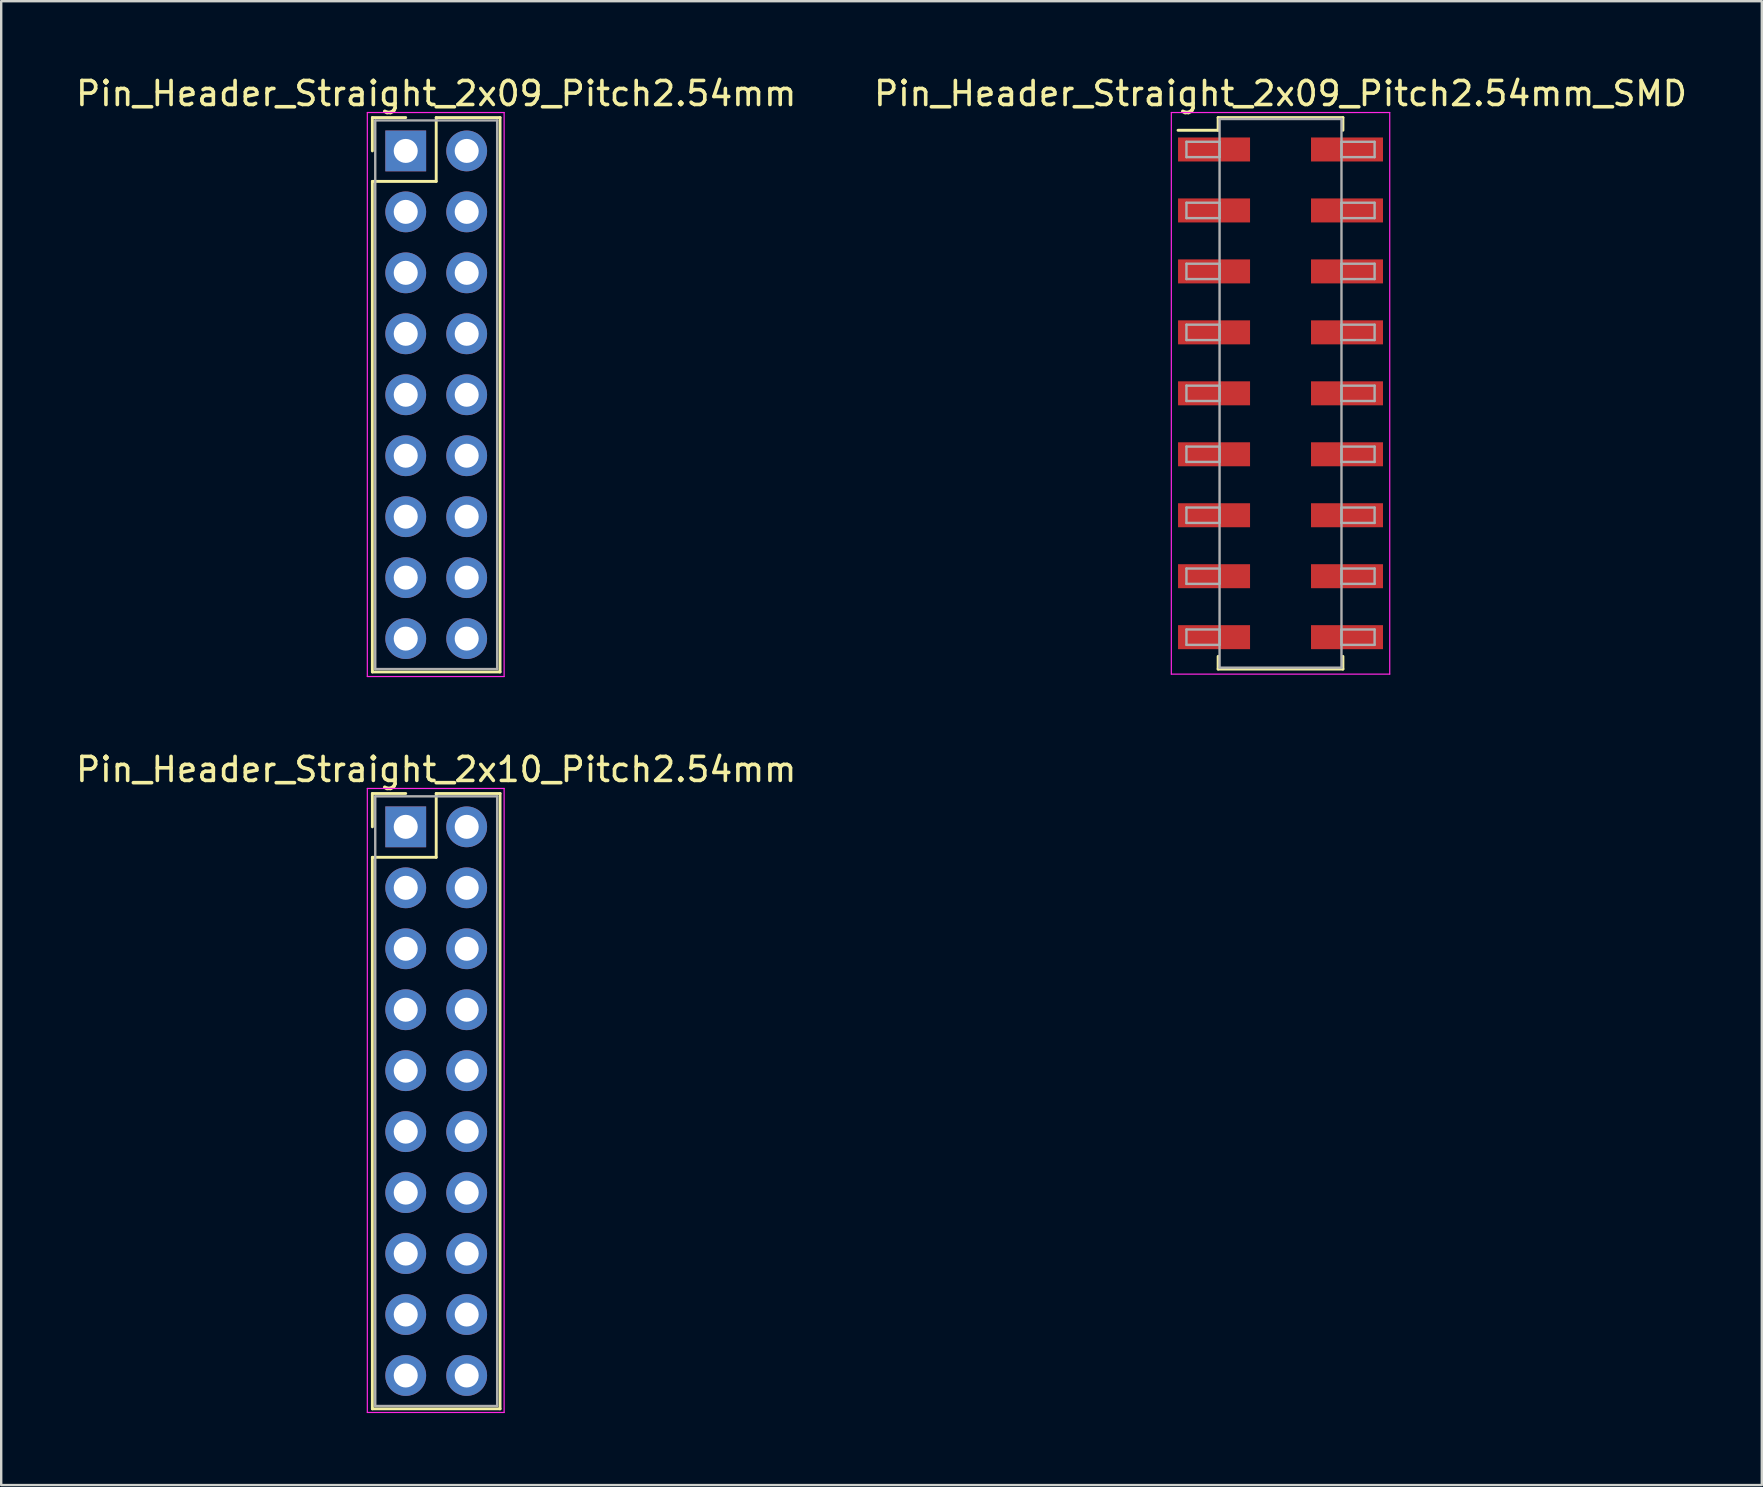
<source format=kicad_pcb>
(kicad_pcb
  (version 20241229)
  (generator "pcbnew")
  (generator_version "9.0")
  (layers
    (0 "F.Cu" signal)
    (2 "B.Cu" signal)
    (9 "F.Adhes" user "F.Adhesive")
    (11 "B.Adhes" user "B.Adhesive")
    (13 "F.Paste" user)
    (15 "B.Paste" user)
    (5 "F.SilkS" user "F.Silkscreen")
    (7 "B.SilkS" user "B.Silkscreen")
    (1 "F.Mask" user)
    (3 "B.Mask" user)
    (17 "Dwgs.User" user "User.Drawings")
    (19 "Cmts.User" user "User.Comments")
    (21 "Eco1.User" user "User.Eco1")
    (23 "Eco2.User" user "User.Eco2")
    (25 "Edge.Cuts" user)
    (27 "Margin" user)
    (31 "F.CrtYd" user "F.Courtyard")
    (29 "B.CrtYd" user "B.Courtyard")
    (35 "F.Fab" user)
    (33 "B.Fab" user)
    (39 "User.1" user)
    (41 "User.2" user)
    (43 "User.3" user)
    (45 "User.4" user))
  (footprint "Pin_Header_Straight_2x09_Pitch2.54mm_SMD"
    (layer "F.Cu")
    (at 50.304 13.338)
    (property "Reference" "Pin_Header_Straight_2x09_Pitch2.54mm_SMD" (at 0 -12.49 0) (layer "F.SilkS") (effects (font (size 1 1) (thickness 0.15))))
    (attr smd)
    (fp_line (start -4.27 -10.96) (end -2.6 -10.96) (stroke (width 0.12) (type solid)) (layer "F.SilkS"))
    (fp_line (start -2.6 -11.49) (end 2.6 -11.49) (stroke (width 0.12) (type solid)) (layer "F.SilkS"))
    (fp_line (start -2.6 -10.96) (end -2.6 -11.49) (stroke (width 0.12) (type solid)) (layer "F.SilkS"))
    (fp_line (start -2.6 10.96) (end -2.6 11.49) (stroke (width 0.12) (type solid)) (layer "F.SilkS"))
    (fp_line (start -2.6 11.49) (end 2.6 11.49) (stroke (width 0.12) (type solid)) (layer "F.SilkS"))
    (fp_line (start 2.6 -11.49) (end 2.6 -10.96) (stroke (width 0.12) (type solid)) (layer "F.SilkS"))
    (fp_line (start 2.6 11.49) (end 2.6 10.96) (stroke (width 0.12) (type solid)) (layer "F.SilkS"))
    (fp_line (start -4.55 -11.7) (end -4.55 11.7) (stroke (width 0.05) (type solid)) (layer "F.CrtYd"))
    (fp_line (start -4.55 11.7) (end 4.55 11.7) (stroke (width 0.05) (type solid)) (layer "F.CrtYd"))
    (fp_line (start 4.55 -11.7) (end -4.55 -11.7) (stroke (width 0.05) (type solid)) (layer "F.CrtYd"))
    (fp_line (start 4.55 11.7) (end 4.55 -11.7) (stroke (width 0.05) (type solid)) (layer "F.CrtYd"))
    (fp_line (start -3.92 -10.48) (end -2.54 -10.48) (stroke (width 0.1) (type solid)) (layer "F.Fab"))
    (fp_line (start -3.92 -9.84) (end -3.92 -10.48) (stroke (width 0.1) (type solid)) (layer "F.Fab"))
    (fp_line (start -3.92 -7.94) (end -2.54 -7.94) (stroke (width 0.1) (type solid)) (layer "F.Fab"))
    (fp_line (start -3.92 -7.3) (end -3.92 -7.94) (stroke (width 0.1) (type solid)) (layer "F.Fab"))
    (fp_line (start -3.92 -5.4) (end -2.54 -5.4) (stroke (width 0.1) (type solid)) (layer "F.Fab"))
    (fp_line (start -3.92 -4.76) (end -3.92 -5.4) (stroke (width 0.1) (type solid)) (layer "F.Fab"))
    (fp_line (start -3.92 -2.86) (end -2.54 -2.86) (stroke (width 0.1) (type solid)) (layer "F.Fab"))
    (fp_line (start -3.92 -2.22) (end -3.92 -2.86) (stroke (width 0.1) (type solid)) (layer "F.Fab"))
    (fp_line (start -3.92 -0.32) (end -2.54 -0.32) (stroke (width 0.1) (type solid)) (layer "F.Fab"))
    (fp_line (start -3.92 0.32) (end -3.92 -0.32) (stroke (width 0.1) (type solid)) (layer "F.Fab"))
    (fp_line (start -3.92 2.22) (end -2.54 2.22) (stroke (width 0.1) (type solid)) (layer "F.Fab"))
    (fp_line (start -3.92 2.86) (end -3.92 2.22) (stroke (width 0.1) (type solid)) (layer "F.Fab"))
    (fp_line (start -3.92 4.76) (end -2.54 4.76) (stroke (width 0.1) (type solid)) (layer "F.Fab"))
    (fp_line (start -3.92 5.4) (end -3.92 4.76) (stroke (width 0.1) (type solid)) (layer "F.Fab"))
    (fp_line (start -3.92 7.3) (end -2.54 7.3) (stroke (width 0.1) (type solid)) (layer "F.Fab"))
    (fp_line (start -3.92 7.94) (end -3.92 7.3) (stroke (width 0.1) (type solid)) (layer "F.Fab"))
    (fp_line (start -3.92 9.84) (end -2.54 9.84) (stroke (width 0.1) (type solid)) (layer "F.Fab"))
    (fp_line (start -3.92 10.48) (end -3.92 9.84) (stroke (width 0.1) (type solid)) (layer "F.Fab"))
    (fp_line (start -2.54 -11.43) (end -2.54 11.43) (stroke (width 0.1) (type solid)) (layer "F.Fab"))
    (fp_line (start -2.54 -10.48) (end -2.54 -9.84) (stroke (width 0.1) (type solid)) (layer "F.Fab"))
    (fp_line (start -2.54 -9.84) (end -3.92 -9.84) (stroke (width 0.1) (type solid)) (layer "F.Fab"))
    (fp_line (start -2.54 -7.94) (end -2.54 -7.3) (stroke (width 0.1) (type solid)) (layer "F.Fab"))
    (fp_line (start -2.54 -7.3) (end -3.92 -7.3) (stroke (width 0.1) (type solid)) (layer "F.Fab"))
    (fp_line (start -2.54 -5.4) (end -2.54 -4.76) (stroke (width 0.1) (type solid)) (layer "F.Fab"))
    (fp_line (start -2.54 -4.76) (end -3.92 -4.76) (stroke (width 0.1) (type solid)) (layer "F.Fab"))
    (fp_line (start -2.54 -2.86) (end -2.54 -2.22) (stroke (width 0.1) (type solid)) (layer "F.Fab"))
    (fp_line (start -2.54 -2.22) (end -3.92 -2.22) (stroke (width 0.1) (type solid)) (layer "F.Fab"))
    (fp_line (start -2.54 -0.32) (end -2.54 0.32) (stroke (width 0.1) (type solid)) (layer "F.Fab"))
    (fp_line (start -2.54 0.32) (end -3.92 0.32) (stroke (width 0.1) (type solid)) (layer "F.Fab"))
    (fp_line (start -2.54 2.22) (end -2.54 2.86) (stroke (width 0.1) (type solid)) (layer "F.Fab"))
    (fp_line (start -2.54 2.86) (end -3.92 2.86) (stroke (width 0.1) (type solid)) (layer "F.Fab"))
    (fp_line (start -2.54 4.76) (end -2.54 5.4) (stroke (width 0.1) (type solid)) (layer "F.Fab"))
    (fp_line (start -2.54 5.4) (end -3.92 5.4) (stroke (width 0.1) (type solid)) (layer "F.Fab"))
    (fp_line (start -2.54 7.3) (end -2.54 7.94) (stroke (width 0.1) (type solid)) (layer "F.Fab"))
    (fp_line (start -2.54 7.94) (end -3.92 7.94) (stroke (width 0.1) (type solid)) (layer "F.Fab"))
    (fp_line (start -2.54 9.84) (end -2.54 10.48) (stroke (width 0.1) (type solid)) (layer "F.Fab"))
    (fp_line (start -2.54 10.48) (end -3.92 10.48) (stroke (width 0.1) (type solid)) (layer "F.Fab"))
    (fp_line (start -2.54 11.43) (end 2.54 11.43) (stroke (width 0.1) (type solid)) (layer "F.Fab"))
    (fp_line (start 2.54 -11.43) (end -2.54 -11.43) (stroke (width 0.1) (type solid)) (layer "F.Fab"))
    (fp_line (start 2.54 -10.48) (end 2.54 -9.84) (stroke (width 0.1) (type solid)) (layer "F.Fab"))
    (fp_line (start 2.54 -9.84) (end 3.92 -9.84) (stroke (width 0.1) (type solid)) (layer "F.Fab"))
    (fp_line (start 2.54 -7.94) (end 2.54 -7.3) (stroke (width 0.1) (type solid)) (layer "F.Fab"))
    (fp_line (start 2.54 -7.3) (end 3.92 -7.3) (stroke (width 0.1) (type solid)) (layer "F.Fab"))
    (fp_line (start 2.54 -5.4) (end 2.54 -4.76) (stroke (width 0.1) (type solid)) (layer "F.Fab"))
    (fp_line (start 2.54 -4.76) (end 3.92 -4.76) (stroke (width 0.1) (type solid)) (layer "F.Fab"))
    (fp_line (start 2.54 -2.86) (end 2.54 -2.22) (stroke (width 0.1) (type solid)) (layer "F.Fab"))
    (fp_line (start 2.54 -2.22) (end 3.92 -2.22) (stroke (width 0.1) (type solid)) (layer "F.Fab"))
    (fp_line (start 2.54 -0.32) (end 2.54 0.32) (stroke (width 0.1) (type solid)) (layer "F.Fab"))
    (fp_line (start 2.54 0.32) (end 3.92 0.32) (stroke (width 0.1) (type solid)) (layer "F.Fab"))
    (fp_line (start 2.54 2.22) (end 2.54 2.86) (stroke (width 0.1) (type solid)) (layer "F.Fab"))
    (fp_line (start 2.54 2.86) (end 3.92 2.86) (stroke (width 0.1) (type solid)) (layer "F.Fab"))
    (fp_line (start 2.54 4.76) (end 2.54 5.4) (stroke (width 0.1) (type solid)) (layer "F.Fab"))
    (fp_line (start 2.54 5.4) (end 3.92 5.4) (stroke (width 0.1) (type solid)) (layer "F.Fab"))
    (fp_line (start 2.54 7.3) (end 2.54 7.94) (stroke (width 0.1) (type solid)) (layer "F.Fab"))
    (fp_line (start 2.54 7.94) (end 3.92 7.94) (stroke (width 0.1) (type solid)) (layer "F.Fab"))
    (fp_line (start 2.54 9.84) (end 2.54 10.48) (stroke (width 0.1) (type solid)) (layer "F.Fab"))
    (fp_line (start 2.54 10.48) (end 3.92 10.48) (stroke (width 0.1) (type solid)) (layer "F.Fab"))
    (fp_line (start 2.54 11.43) (end 2.54 -11.43) (stroke (width 0.1) (type solid)) (layer "F.Fab"))
    (fp_line (start 3.92 -10.48) (end 2.54 -10.48) (stroke (width 0.1) (type solid)) (layer "F.Fab"))
    (fp_line (start 3.92 -9.84) (end 3.92 -10.48) (stroke (width 0.1) (type solid)) (layer "F.Fab"))
    (fp_line (start 3.92 -7.94) (end 2.54 -7.94) (stroke (width 0.1) (type solid)) (layer "F.Fab"))
    (fp_line (start 3.92 -7.3) (end 3.92 -7.94) (stroke (width 0.1) (type solid)) (layer "F.Fab"))
    (fp_line (start 3.92 -5.4) (end 2.54 -5.4) (stroke (width 0.1) (type solid)) (layer "F.Fab"))
    (fp_line (start 3.92 -4.76) (end 3.92 -5.4) (stroke (width 0.1) (type solid)) (layer "F.Fab"))
    (fp_line (start 3.92 -2.86) (end 2.54 -2.86) (stroke (width 0.1) (type solid)) (layer "F.Fab"))
    (fp_line (start 3.92 -2.22) (end 3.92 -2.86) (stroke (width 0.1) (type solid)) (layer "F.Fab"))
    (fp_line (start 3.92 -0.32) (end 2.54 -0.32) (stroke (width 0.1) (type solid)) (layer "F.Fab"))
    (fp_line (start 3.92 0.32) (end 3.92 -0.32) (stroke (width 0.1) (type solid)) (layer "F.Fab"))
    (fp_line (start 3.92 2.22) (end 2.54 2.22) (stroke (width 0.1) (type solid)) (layer "F.Fab"))
    (fp_line (start 3.92 2.86) (end 3.92 2.22) (stroke (width 0.1) (type solid)) (layer "F.Fab"))
    (fp_line (start 3.92 4.76) (end 2.54 4.76) (stroke (width 0.1) (type solid)) (layer "F.Fab"))
    (fp_line (start 3.92 5.4) (end 3.92 4.76) (stroke (width 0.1) (type solid)) (layer "F.Fab"))
    (fp_line (start 3.92 7.3) (end 2.54 7.3) (stroke (width 0.1) (type solid)) (layer "F.Fab"))
    (fp_line (start 3.92 7.94) (end 3.92 7.3) (stroke (width 0.1) (type solid)) (layer "F.Fab"))
    (fp_line (start 3.92 9.84) (end 2.54 9.84) (stroke (width 0.1) (type solid)) (layer "F.Fab"))
    (fp_line (start 3.92 10.48) (end 3.92 9.84) (stroke (width 0.1) (type solid)) (layer "F.Fab"))
    (pad "1" smd rect (at -2.77 -10.16) (size 3 1) (layers "F.Cu" "F.Mask"))
    (pad "2" smd rect (at 2.77 -10.16) (size 3 1) (layers "F.Cu" "F.Mask"))
    (pad "3" smd rect (at -2.77 -7.62) (size 3 1) (layers "F.Cu" "F.Mask"))
    (pad "4" smd rect (at 2.77 -7.62) (size 3 1) (layers "F.Cu" "F.Mask"))
    (pad "5" smd rect (at -2.77 -5.08) (size 3 1) (layers "F.Cu" "F.Mask"))
    (pad "6" smd rect (at 2.77 -5.08) (size 3 1) (layers "F.Cu" "F.Mask"))
    (pad "7" smd rect (at -2.77 -2.54) (size 3 1) (layers "F.Cu" "F.Mask"))
    (pad "8" smd rect (at 2.77 -2.54) (size 3 1) (layers "F.Cu" "F.Mask"))
    (pad "9" smd rect (at -2.77 0) (size 3 1) (layers "F.Cu" "F.Mask"))
    (pad "10" smd rect (at 2.77 0) (size 3 1) (layers "F.Cu" "F.Mask"))
    (pad "11" smd rect (at -2.77 2.54) (size 3 1) (layers "F.Cu" "F.Mask"))
    (pad "12" smd rect (at 2.77 2.54) (size 3 1) (layers "F.Cu" "F.Mask"))
    (pad "13" smd rect (at -2.77 5.08) (size 3 1) (layers "F.Cu" "F.Mask"))
    (pad "14" smd rect (at 2.77 5.08) (size 3 1) (layers "F.Cu" "F.Mask"))
    (pad "15" smd rect (at -2.77 7.62) (size 3 1) (layers "F.Cu" "F.Mask"))
    (pad "16" smd rect (at 2.77 7.62) (size 3 1) (layers "F.Cu" "F.Mask"))
    (pad "17" smd rect (at -2.77 10.16) (size 3 1) (layers "F.Cu" "F.Mask"))
    (pad "18" smd rect (at 2.77 10.16) (size 3 1) (layers "F.Cu" "F.Mask")))
  (footprint "Pin_Header_Straight_2x10_Pitch2.54mm"
    (layer "F.Cu")
    (at 13.855 31.401)
    (property "Reference" "Pin_Header_Straight_2x10_Pitch2.54mm" (at 1.27 -2.39 0) (layer "F.SilkS") (effects (font (size 1 1) (thickness 0.15))))
    (attr through_hole)
    (fp_line (start -1.39 -1.39) (end 0 -1.39) (stroke (width 0.12) (type solid)) (layer "F.SilkS"))
    (fp_line (start -1.39 0) (end -1.39 -1.39) (stroke (width 0.12) (type solid)) (layer "F.SilkS"))
    (fp_line (start -1.39 1.27) (end -1.39 24.25) (stroke (width 0.12) (type solid)) (layer "F.SilkS"))
    (fp_line (start -1.39 24.25) (end 3.93 24.25) (stroke (width 0.12) (type solid)) (layer "F.SilkS"))
    (fp_line (start 1.27 -1.39) (end 1.27 1.27) (stroke (width 0.12) (type solid)) (layer "F.SilkS"))
    (fp_line (start 1.27 1.27) (end -1.39 1.27) (stroke (width 0.12) (type solid)) (layer "F.SilkS"))
    (fp_line (start 3.93 -1.39) (end 1.27 -1.39) (stroke (width 0.12) (type solid)) (layer "F.SilkS"))
    (fp_line (start 3.93 24.25) (end 3.93 -1.39) (stroke (width 0.12) (type solid)) (layer "F.SilkS"))
    (fp_line (start -1.6 -1.6) (end -1.6 24.4) (stroke (width 0.05) (type solid)) (layer "F.CrtYd"))
    (fp_line (start -1.6 24.4) (end 4.1 24.4) (stroke (width 0.05) (type solid)) (layer "F.CrtYd"))
    (fp_line (start 4.1 -1.6) (end -1.6 -1.6) (stroke (width 0.05) (type solid)) (layer "F.CrtYd"))
    (fp_line (start 4.1 24.4) (end 4.1 -1.6) (stroke (width 0.05) (type solid)) (layer "F.CrtYd"))
    (fp_line (start -1.27 -1.27) (end -1.27 24.13) (stroke (width 0.1) (type solid)) (layer "F.Fab"))
    (fp_line (start -1.27 24.13) (end 3.81 24.13) (stroke (width 0.1) (type solid)) (layer "F.Fab"))
    (fp_line (start 3.81 -1.27) (end -1.27 -1.27) (stroke (width 0.1) (type solid)) (layer "F.Fab"))
    (fp_line (start 3.81 24.13) (end 3.81 -1.27) (stroke (width 0.1) (type solid)) (layer "F.Fab"))
    (pad "1" thru_hole rect (at 0 0) (size 1.7 1.7) (drill 1) (layers "*.Cu" "*.Mask"))
    (pad "2" thru_hole oval (at 2.54 0) (size 1.7 1.7) (drill 1) (layers "*.Cu" "*.Mask"))
    (pad "3" thru_hole oval (at 0 2.54) (size 1.7 1.7) (drill 1) (layers "*.Cu" "*.Mask"))
    (pad "4" thru_hole oval (at 2.54 2.54) (size 1.7 1.7) (drill 1) (layers "*.Cu" "*.Mask"))
    (pad "5" thru_hole oval (at 0 5.08) (size 1.7 1.7) (drill 1) (layers "*.Cu" "*.Mask"))
    (pad "6" thru_hole oval (at 2.54 5.08) (size 1.7 1.7) (drill 1) (layers "*.Cu" "*.Mask"))
    (pad "7" thru_hole oval (at 0 7.62) (size 1.7 1.7) (drill 1) (layers "*.Cu" "*.Mask"))
    (pad "8" thru_hole oval (at 2.54 7.62) (size 1.7 1.7) (drill 1) (layers "*.Cu" "*.Mask"))
    (pad "9" thru_hole oval (at 0 10.16) (size 1.7 1.7) (drill 1) (layers "*.Cu" "*.Mask"))
    (pad "10" thru_hole oval (at 2.54 10.16) (size 1.7 1.7) (drill 1) (layers "*.Cu" "*.Mask"))
    (pad "11" thru_hole oval (at 0 12.7) (size 1.7 1.7) (drill 1) (layers "*.Cu" "*.Mask"))
    (pad "12" thru_hole oval (at 2.54 12.7) (size 1.7 1.7) (drill 1) (layers "*.Cu" "*.Mask"))
    (pad "13" thru_hole oval (at 0 15.24) (size 1.7 1.7) (drill 1) (layers "*.Cu" "*.Mask"))
    (pad "14" thru_hole oval (at 2.54 15.24) (size 1.7 1.7) (drill 1) (layers "*.Cu" "*.Mask"))
    (pad "15" thru_hole oval (at 0 17.78) (size 1.7 1.7) (drill 1) (layers "*.Cu" "*.Mask"))
    (pad "16" thru_hole oval (at 2.54 17.78) (size 1.7 1.7) (drill 1) (layers "*.Cu" "*.Mask"))
    (pad "17" thru_hole oval (at 0 20.32) (size 1.7 1.7) (drill 1) (layers "*.Cu" "*.Mask"))
    (pad "18" thru_hole oval (at 2.54 20.32) (size 1.7 1.7) (drill 1) (layers "*.Cu" "*.Mask"))
    (pad "19" thru_hole oval (at 0 22.86) (size 1.7 1.7) (drill 1) (layers "*.Cu" "*.Mask"))
    (pad "20" thru_hole oval (at 2.54 22.86) (size 1.7 1.7) (drill 1) (layers "*.Cu" "*.Mask")))
  (footprint "Pin_Header_Straight_2x09_Pitch2.54mm"
    (layer "F.Cu")
    (at 13.855 3.238)
    (property "Reference" "Pin_Header_Straight_2x09_Pitch2.54mm" (at 1.27 -2.39 0) (layer "F.SilkS") (effects (font (size 1 1) (thickness 0.15))))
    (attr through_hole)
    (fp_line (start -1.39 -1.39) (end 0 -1.39) (stroke (width 0.12) (type solid)) (layer "F.SilkS"))
    (fp_line (start -1.39 0) (end -1.39 -1.39) (stroke (width 0.12) (type solid)) (layer "F.SilkS"))
    (fp_line (start -1.39 1.27) (end -1.39 21.71) (stroke (width 0.12) (type solid)) (layer "F.SilkS"))
    (fp_line (start -1.39 21.71) (end 3.93 21.71) (stroke (width 0.12) (type solid)) (layer "F.SilkS"))
    (fp_line (start 1.27 -1.39) (end 1.27 1.27) (stroke (width 0.12) (type solid)) (layer "F.SilkS"))
    (fp_line (start 1.27 1.27) (end -1.39 1.27) (stroke (width 0.12) (type solid)) (layer "F.SilkS"))
    (fp_line (start 3.93 -1.39) (end 1.27 -1.39) (stroke (width 0.12) (type solid)) (layer "F.SilkS"))
    (fp_line (start 3.93 21.71) (end 3.93 -1.39) (stroke (width 0.12) (type solid)) (layer "F.SilkS"))
    (fp_line (start -1.6 -1.6) (end -1.6 21.9) (stroke (width 0.05) (type solid)) (layer "F.CrtYd"))
    (fp_line (start -1.6 21.9) (end 4.1 21.9) (stroke (width 0.05) (type solid)) (layer "F.CrtYd"))
    (fp_line (start 4.1 -1.6) (end -1.6 -1.6) (stroke (width 0.05) (type solid)) (layer "F.CrtYd"))
    (fp_line (start 4.1 21.9) (end 4.1 -1.6) (stroke (width 0.05) (type solid)) (layer "F.CrtYd"))
    (fp_line (start -1.27 -1.27) (end -1.27 21.59) (stroke (width 0.1) (type solid)) (layer "F.Fab"))
    (fp_line (start -1.27 21.59) (end 3.81 21.59) (stroke (width 0.1) (type solid)) (layer "F.Fab"))
    (fp_line (start 3.81 -1.27) (end -1.27 -1.27) (stroke (width 0.1) (type solid)) (layer "F.Fab"))
    (fp_line (start 3.81 21.59) (end 3.81 -1.27) (stroke (width 0.1) (type solid)) (layer "F.Fab"))
    (pad "1" thru_hole rect (at 0 0) (size 1.7 1.7) (drill 1) (layers "*.Cu" "*.Mask"))
    (pad "2" thru_hole oval (at 2.54 0) (size 1.7 1.7) (drill 1) (layers "*.Cu" "*.Mask"))
    (pad "3" thru_hole oval (at 0 2.54) (size 1.7 1.7) (drill 1) (layers "*.Cu" "*.Mask"))
    (pad "4" thru_hole oval (at 2.54 2.54) (size 1.7 1.7) (drill 1) (layers "*.Cu" "*.Mask"))
    (pad "5" thru_hole oval (at 0 5.08) (size 1.7 1.7) (drill 1) (layers "*.Cu" "*.Mask"))
    (pad "6" thru_hole oval (at 2.54 5.08) (size 1.7 1.7) (drill 1) (layers "*.Cu" "*.Mask"))
    (pad "7" thru_hole oval (at 0 7.62) (size 1.7 1.7) (drill 1) (layers "*.Cu" "*.Mask"))
    (pad "8" thru_hole oval (at 2.54 7.62) (size 1.7 1.7) (drill 1) (layers "*.Cu" "*.Mask"))
    (pad "9" thru_hole oval (at 0 10.16) (size 1.7 1.7) (drill 1) (layers "*.Cu" "*.Mask"))
    (pad "10" thru_hole oval (at 2.54 10.16) (size 1.7 1.7) (drill 1) (layers "*.Cu" "*.Mask"))
    (pad "11" thru_hole oval (at 0 12.7) (size 1.7 1.7) (drill 1) (layers "*.Cu" "*.Mask"))
    (pad "12" thru_hole oval (at 2.54 12.7) (size 1.7 1.7) (drill 1) (layers "*.Cu" "*.Mask"))
    (pad "13" thru_hole oval (at 0 15.24) (size 1.7 1.7) (drill 1) (layers "*.Cu" "*.Mask"))
    (pad "14" thru_hole oval (at 2.54 15.24) (size 1.7 1.7) (drill 1) (layers "*.Cu" "*.Mask"))
    (pad "15" thru_hole oval (at 0 17.78) (size 1.7 1.7) (drill 1) (layers "*.Cu" "*.Mask"))
    (pad "16" thru_hole oval (at 2.54 17.78) (size 1.7 1.7) (drill 1) (layers "*.Cu" "*.Mask"))
    (pad "17" thru_hole oval (at 0 20.32) (size 1.7 1.7) (drill 1) (layers "*.Cu" "*.Mask"))
    (pad "18" thru_hole oval (at 2.54 20.32) (size 1.7 1.7) (drill 1) (layers "*.Cu" "*.Mask")))
  (gr_rect
    (start -3 -3)
    (end 70.357 58.827)
    (stroke (width 0.1) (type default))
    (fill no)
    (layer "Edge.Cuts")))
</source>
